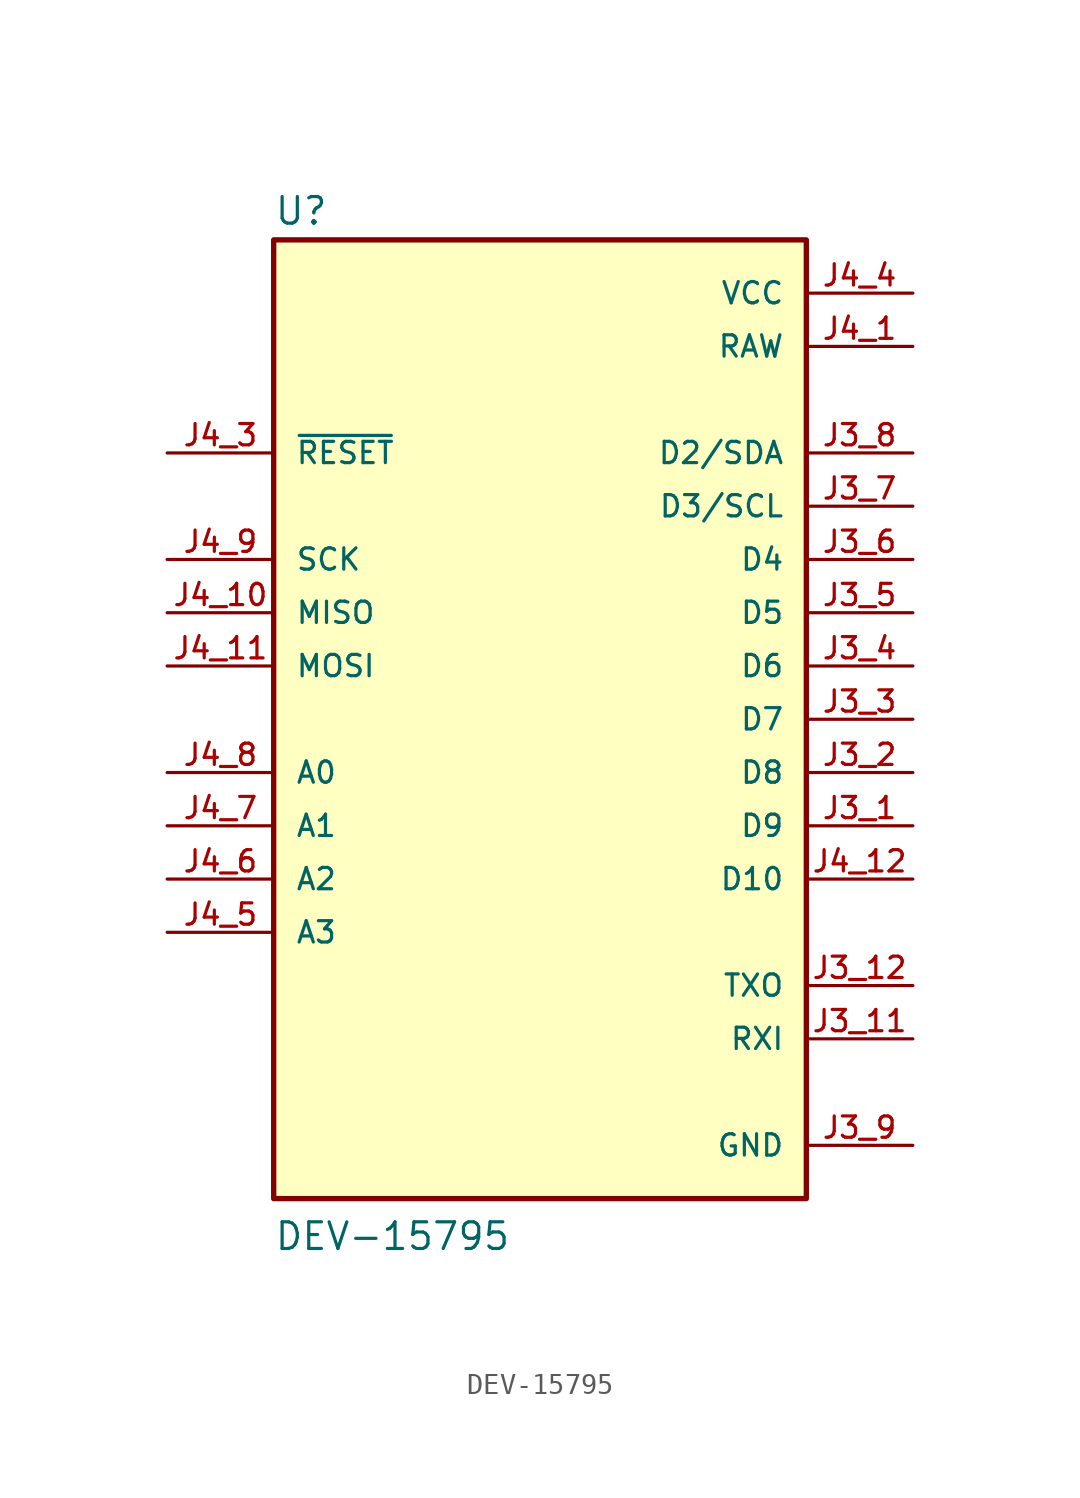
<source format=kicad_sym>
(kicad_symbol_lib
  (version 20211014)
  (generator kicad_symbol_editor)
  (symbol "DEV-15795"
    (pin_names
      (offset 1.016))
    (property "Reference" "U"
      (at -12.7 23.495 0)
      (effects (font (size 1.27 1.27)) (justify bottom left)))
    (property "Value" "DEV-15795"
      (at -12.7 -25.4 0)
      (effects (font (size 1.27 1.27)) (justify bottom left)))
    (symbol "DEV-15795_0_0"
      (rectangle (start -12.7 -22.86) (end 12.7 22.86) (stroke (width 0.254)) (fill (type background)))
      (pin input line (at -17.78 12.7 0) (length 5.08) (name "~{RESET}" (effects (font (size 1.016 1.016)))) (number "J4_3" (effects (font (size 1.016 1.016)))))
      (pin power_in line (at 17.78 17.78 180.0) (length 5.08) (name "RAW" (effects (font (size 1.016 1.016)))) (number "J4_1" (effects (font (size 1.016 1.016)))))
      (pin bidirectional line (at 17.78 -12.7 180.0) (length 5.08) (name "TXO" (effects (font (size 1.016 1.016)))) (number "J3_12" (effects (font (size 1.016 1.016)))))
      (pin bidirectional line (at 17.78 -15.24 180.0) (length 5.08) (name "RXI" (effects (font (size 1.016 1.016)))) (number "J3_11" (effects (font (size 1.016 1.016)))))
      (pin power_in line (at 17.78 -20.32 180.0) (length 5.08) (name "GND" (effects (font (size 1.016 1.016)))) (number "J3_9" (effects (font (size 1.016 1.016)))))
      (pin power_in line (at 17.78 -20.32 180.0) (length 5.08) hide (name "GND" (effects (font (size 1.016 1.016)))) (number "J3_10" (effects (font (size 1.016 1.016)))))
      (pin power_in line (at 17.78 -20.32 180.0) (length 5.08) hide (name "GND" (effects (font (size 1.016 1.016)))) (number "J4_2" (effects (font (size 1.016 1.016)))))
      (pin power_in line (at 17.78 20.32 180.0) (length 5.08) (name "VCC" (effects (font (size 1.016 1.016)))) (number "J4_4" (effects (font (size 1.016 1.016)))))
      (pin bidirectional line (at -17.78 -2.54 0) (length 5.08) (name "A0" (effects (font (size 1.016 1.016)))) (number "J4_8" (effects (font (size 1.016 1.016)))))
      (pin bidirectional line (at -17.78 7.62 0) (length 5.08) (name "SCK" (effects (font (size 1.016 1.016)))) (number "J4_9" (effects (font (size 1.016 1.016)))))
      (pin bidirectional line (at -17.78 5.08 0) (length 5.08) (name "MISO" (effects (font (size 1.016 1.016)))) (number "J4_10" (effects (font (size 1.016 1.016)))))
      (pin bidirectional line (at -17.78 2.54 0) (length 5.08) (name "MOSI" (effects (font (size 1.016 1.016)))) (number "J4_11" (effects (font (size 1.016 1.016)))))
      (pin bidirectional line (at 17.78 12.7 180.0) (length 5.08) (name "D2/SDA" (effects (font (size 1.016 1.016)))) (number "J3_8" (effects (font (size 1.016 1.016)))))
      (pin bidirectional line (at 17.78 10.16 180.0) (length 5.08) (name "D3/SCL" (effects (font (size 1.016 1.016)))) (number "J3_7" (effects (font (size 1.016 1.016)))))
      (pin bidirectional line (at 17.78 7.62 180.0) (length 5.08) (name "D4" (effects (font (size 1.016 1.016)))) (number "J3_6" (effects (font (size 1.016 1.016)))))
      (pin bidirectional line (at 17.78 5.08 180.0) (length 5.08) (name "D5" (effects (font (size 1.016 1.016)))) (number "J3_5" (effects (font (size 1.016 1.016)))))
      (pin bidirectional line (at 17.78 2.54 180.0) (length 5.08) (name "D6" (effects (font (size 1.016 1.016)))) (number "J3_4" (effects (font (size 1.016 1.016)))))
      (pin bidirectional line (at 17.78 0.0 180.0) (length 5.08) (name "D7" (effects (font (size 1.016 1.016)))) (number "J3_3" (effects (font (size 1.016 1.016)))))
      (pin bidirectional line (at 17.78 -2.54 180.0) (length 5.08) (name "D8" (effects (font (size 1.016 1.016)))) (number "J3_2" (effects (font (size 1.016 1.016)))))
      (pin bidirectional line (at 17.78 -5.08 180.0) (length 5.08) (name "D9" (effects (font (size 1.016 1.016)))) (number "J3_1" (effects (font (size 1.016 1.016)))))
      (pin bidirectional line (at 17.78 -7.62 180.0) (length 5.08) (name "D10" (effects (font (size 1.016 1.016)))) (number "J4_12" (effects (font (size 1.016 1.016)))))
      (pin bidirectional line (at -17.78 -5.08 0) (length 5.08) (name "A1" (effects (font (size 1.016 1.016)))) (number "J4_7" (effects (font (size 1.016 1.016)))))
      (pin bidirectional line (at -17.78 -7.62 0) (length 5.08) (name "A2" (effects (font (size 1.016 1.016)))) (number "J4_6" (effects (font (size 1.016 1.016)))))
      (pin bidirectional line (at -17.78 -10.16 0) (length 5.08) (name "A3" (effects (font (size 1.016 1.016)))) (number "J4_5" (effects (font (size 1.016 1.016))))))))
</source>
